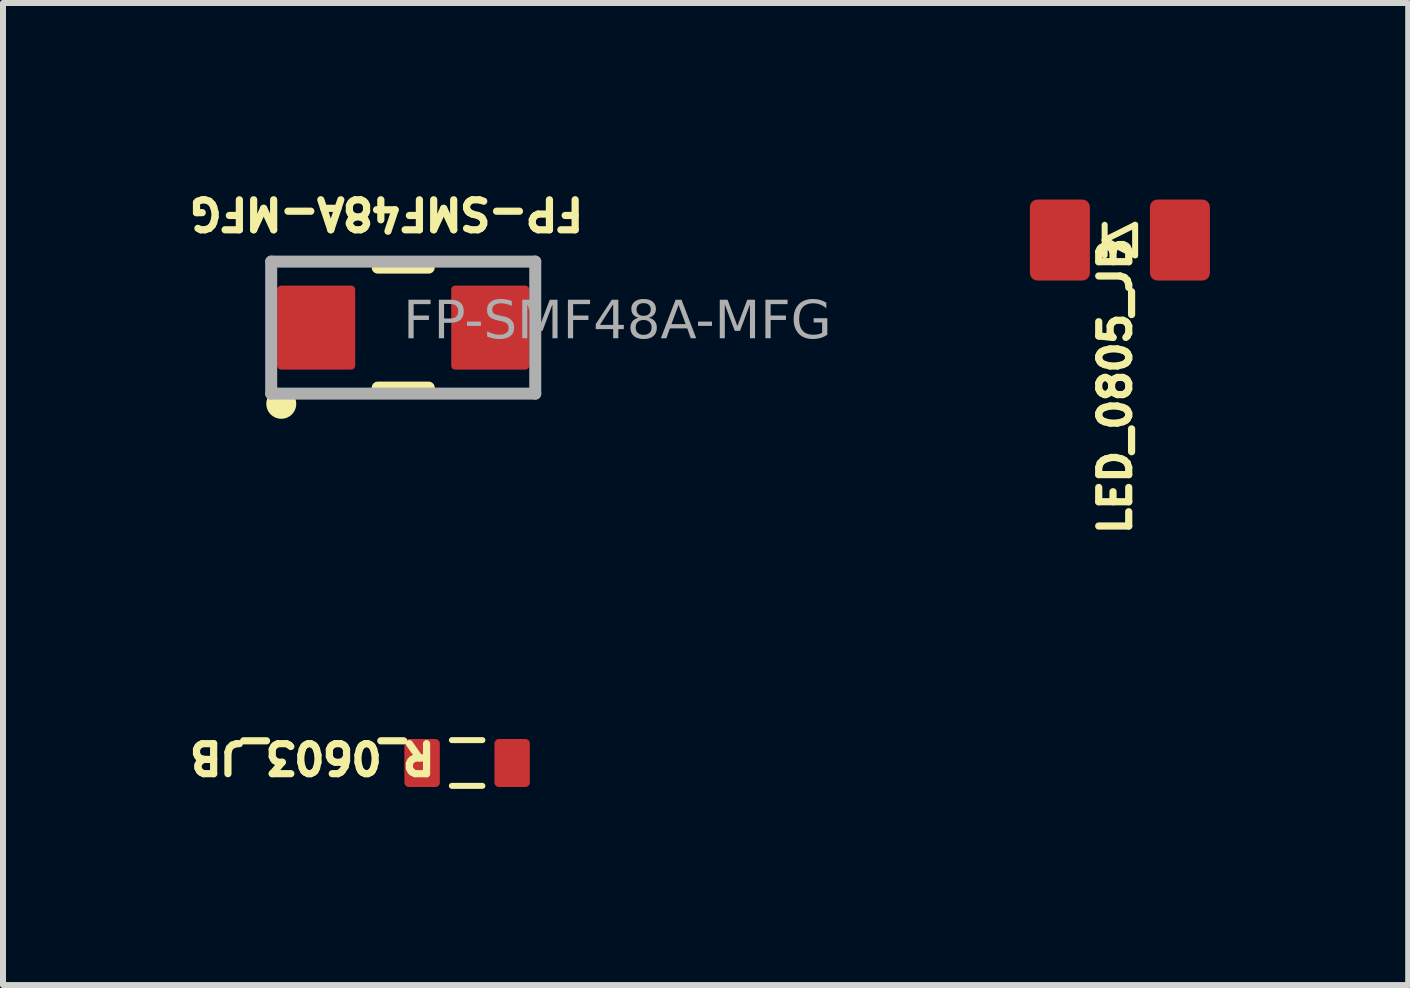
<source format=kicad_pcb>
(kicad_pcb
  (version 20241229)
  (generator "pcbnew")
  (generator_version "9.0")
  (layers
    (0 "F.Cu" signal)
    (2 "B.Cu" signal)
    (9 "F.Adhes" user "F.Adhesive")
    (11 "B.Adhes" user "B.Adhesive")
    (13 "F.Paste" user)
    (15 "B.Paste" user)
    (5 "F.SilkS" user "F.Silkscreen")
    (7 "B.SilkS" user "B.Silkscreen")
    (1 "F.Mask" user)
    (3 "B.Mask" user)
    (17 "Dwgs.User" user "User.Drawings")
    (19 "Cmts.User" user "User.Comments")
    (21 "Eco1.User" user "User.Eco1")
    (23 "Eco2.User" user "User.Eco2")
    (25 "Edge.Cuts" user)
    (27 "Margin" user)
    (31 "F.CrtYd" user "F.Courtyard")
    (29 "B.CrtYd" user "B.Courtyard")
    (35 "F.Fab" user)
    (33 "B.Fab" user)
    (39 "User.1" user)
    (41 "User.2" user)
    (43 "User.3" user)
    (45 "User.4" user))
  (footprint "FP-SMF48A-MFG"
    (layer "F.Cu")
    (at 3.669 2.409)
    (property "Reference" "FP-SMF48A-MFG" (at -0.278 -1.905 180) (unlocked yes) (layer "F.SilkS") (effects (font (size 0.5 0.5) (thickness 0.12))))
    (fp_line (start 0.425 -1) (end -0.425 -1) (stroke (width 0.2) (type solid)) (layer "F.SilkS"))
    (fp_line (start 0.425 1) (end -0.425 1) (stroke (width 0.2) (type solid)) (layer "F.SilkS"))
    (fp_circle (center -2.032 1.27) (end -2.157 1.27) (stroke (width 0.25) (type solid)) (fill no) (layer "F.SilkS"))
    (fp_line (start -2.2 1.1) (end -2.2 -1.1) (stroke (width 0.2) (type solid)) (layer "F.Fab"))
    (fp_line (start 2.2 -1.1) (end -2.2 -1.1) (stroke (width 0.2) (type solid)) (layer "F.Fab"))
    (fp_line (start 2.2 1.1) (end -2.2 1.1) (stroke (width 0.2) (type solid)) (layer "F.Fab"))
    (fp_line (start 2.2 1.1) (end 2.2 -1.1) (stroke (width 0.2) (type solid)) (layer "F.Fab"))
    (fp_line (start 0 0.5) (end 0 -0.5) (stroke (width 0.1) (type solid)) (layer "User.2"))
    (fp_line (start 0.5 0) (end -0.5 0) (stroke (width 0.1) (type solid)) (layer "User.2"))
    (fp_line (start -1.45 1) (end -1.45 -1) (stroke (width 0.2) (type solid)) (layer "User.4"))
    (fp_line (start 1.45 -1) (end -1.45 -1) (stroke (width 0.2) (type solid)) (layer "User.4"))
    (fp_line (start 1.45 1) (end -1.45 1) (stroke (width 0.2) (type solid)) (layer "User.4"))
    (fp_line (start 1.45 1) (end 1.45 -1) (stroke (width 0.2) (type solid)) (layer "User.4"))
    (fp_line (start -2.2 1.1) (end -2.2 -1.1) (stroke (width 0.2) (type solid)) (layer "User.13"))
    (fp_line (start 2.2 -1.1) (end -2.2 -1.1) (stroke (width 0.2) (type solid)) (layer "User.13"))
    (fp_line (start 2.2 1.1) (end -2.2 1.1) (stroke (width 0.2) (type solid)) (layer "User.13"))
    (fp_line (start 2.2 1.1) (end 2.2 -1.1) (stroke (width 0.2) (type solid)) (layer "User.13"))
    (fp_text user "${REFERENCE}" (at 0 0.285 0) (unlocked yes) (layer "F.Fab") (effects (font (face "Arial") (size 0.63 0.63) (thickness 0.1)) (justify left bottom)))
    (pad "1" smd roundrect (at -1.45 0) (size 1.3 1.4) (layers "F.Cu" "F.Mask" "F.Paste") (roundrect_rratio 0.05))
    (pad "2" smd roundrect (at 1.45 0) (size 1.3 1.4) (layers "F.Cu" "F.Mask" "F.Paste") (roundrect_rratio 0.05)))
  (footprint "LED_0805_JB"
    (layer "F.Cu")
    (at 15.611 0.95)
    (property "Reference" "LED_0805_JB" (at -0.078 2.432 90) (unlocked yes) (layer "F.SilkS") (effects (font (size 0.5 0.5) (thickness 0.12))))
    (fp_line (start -0.254 0) (end 0.254 -0.254) (stroke (width 0.1) (type solid)) (layer "F.SilkS"))
    (fp_line (start -0.254 0) (end 0.254 0.254) (stroke (width 0.1) (type solid)) (layer "F.SilkS"))
    (fp_line (start -0.254 0.254) (end -0.254 -0.254) (stroke (width 0.1) (type solid)) (layer "F.SilkS"))
    (fp_line (start 0.254 0.254) (end 0.254 -0.254) (stroke (width 0.1) (type solid)) (layer "F.SilkS"))
    (fp_line (start -0.5 0) (end 0.5 0) (stroke (width 0.1) (type solid)) (layer "User.2"))
    (fp_line (start 0 0.5) (end 0 -0.5) (stroke (width 0.1) (type solid)) (layer "User.2"))
    (fp_line (start -1.05 -0.675) (end 1.05 -0.675) (stroke (width 0.1) (type solid)) (layer "User.4"))
    (fp_line (start -1.05 0.675) (end -1.05 -0.675) (stroke (width 0.1) (type solid)) (layer "User.4"))
    (fp_line (start -1.05 0.675) (end 1.05 0.675) (stroke (width 0.1) (type solid)) (layer "User.4"))
    (fp_line (start 1.05 0.675) (end 1.05 -0.675) (stroke (width 0.1) (type solid)) (layer "User.4"))
    (fp_rect (start -1.05 0.674) (end -0.767 -0.675) (stroke (width 0.1) (type default)) (fill no) (layer "User.4"))
    (fp_poly (pts (xy -1.397 -0.635) (xy -0.635 -0.635) (xy -0.635 0.635) (xy -1.397 0.635)) (stroke (width 0.1) (type default)) (fill no) (layer "User.6"))
    (fp_line (start -1.778 -0.925) (end 1.778 -0.925) (stroke (width 0.05) (type solid)) (layer "User.13"))
    (fp_line (start -1.778 0.925) (end -1.778 -0.925) (stroke (width 0.05) (type solid)) (layer "User.13"))
    (fp_line (start -1.778 0.925) (end 1.778 0.925) (stroke (width 0.05) (type solid)) (layer "User.13"))
    (fp_line (start 1.778 0.925) (end 1.778 -0.925) (stroke (width 0.05) (type solid)) (layer "User.13"))
    (pad "1" smd roundrect (at -1 0 90) (size 1.35 1) (layers "F.Cu" "F.Mask" "F.Paste") (roundrect_rratio 0.125))
    (pad "2" smd roundrect (at 1 0 90) (size 1.35 1) (layers "F.Cu" "F.Mask" "F.Paste") (roundrect_rratio 0.125)))
  (footprint "R_0603_JB"
    (layer "F.Cu")
    (at 4.734 9.664)
    (property "Reference" "R_0603_JB" (at -2.581 -0.097 180) (unlocked yes) (layer "F.SilkS") (effects (font (size 0.5 0.5) (thickness 0.12))))
    (fp_line (start 0.254 -0.381) (end -0.254 -0.381) (stroke (width 0.1) (type solid)) (layer "F.SilkS"))
    (fp_line (start 0.254 0.381) (end -0.254 0.381) (stroke (width 0.1) (type solid)) (layer "F.SilkS"))
    (fp_line (start 0 -0.425) (end 0 0.425) (stroke (width 0.05) (type solid)) (layer "User.2"))
    (fp_line (start 0.425 0) (end -0.425 0) (stroke (width 0.05) (type solid)) (layer "User.2"))
    (fp_poly (pts (xy -1.016 -0.381) (xy -0.508 -0.381) (xy -0.508 0.381) (xy -1.016 0.381)) (stroke (width 0.1) (type default)) (fill no) (layer "User.6"))
    (fp_line (start -1.27 -0.675) (end -1.27 0.675) (stroke (width 0.05) (type solid)) (layer "User.13"))
    (fp_line (start 1.27 -0.675) (end -1.27 -0.675) (stroke (width 0.05) (type solid)) (layer "User.13"))
    (fp_line (start 1.27 -0.675) (end 1.27 0.675) (stroke (width 0.05) (type solid)) (layer "User.13"))
    (fp_line (start 1.27 0.675) (end -1.27 0.675) (stroke (width 0.05) (type solid)) (layer "User.13"))
    (pad "1" smd roundrect (at -0.75 0 90) (size 0.8 0.59) (layers "F.Cu" "F.Mask" "F.Paste") (roundrect_rratio 0.125))
    (pad "2" smd roundrect (at 0.75 0 90) (size 0.8 0.59) (layers "F.Cu" "F.Mask" "F.Paste") (roundrect_rratio 0.125)))
  (gr_rect
    (start -3 -3)
    (end 20.415 13.364)
    (stroke (width 0.1) (type default))
    (fill no)
    (layer "Edge.Cuts")))
</source>
